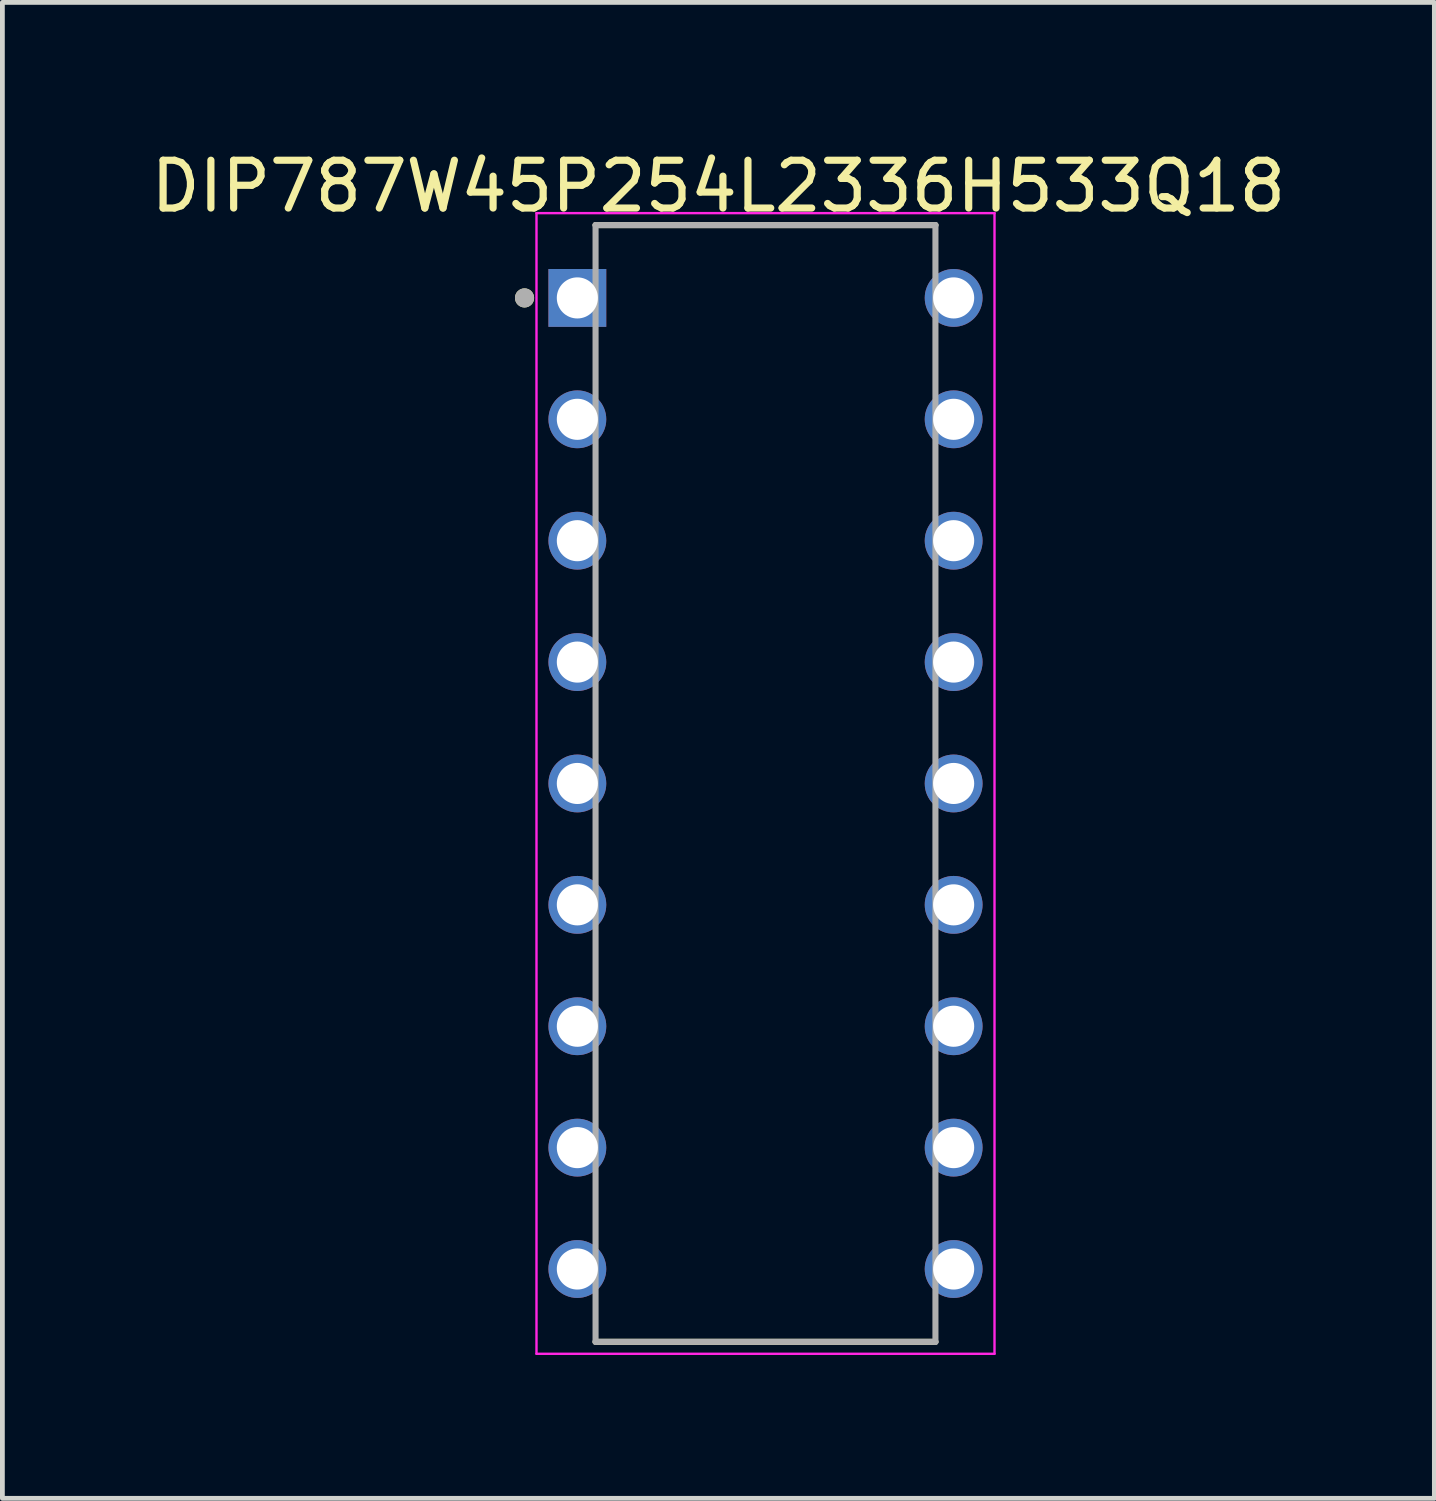
<source format=kicad_pcb>
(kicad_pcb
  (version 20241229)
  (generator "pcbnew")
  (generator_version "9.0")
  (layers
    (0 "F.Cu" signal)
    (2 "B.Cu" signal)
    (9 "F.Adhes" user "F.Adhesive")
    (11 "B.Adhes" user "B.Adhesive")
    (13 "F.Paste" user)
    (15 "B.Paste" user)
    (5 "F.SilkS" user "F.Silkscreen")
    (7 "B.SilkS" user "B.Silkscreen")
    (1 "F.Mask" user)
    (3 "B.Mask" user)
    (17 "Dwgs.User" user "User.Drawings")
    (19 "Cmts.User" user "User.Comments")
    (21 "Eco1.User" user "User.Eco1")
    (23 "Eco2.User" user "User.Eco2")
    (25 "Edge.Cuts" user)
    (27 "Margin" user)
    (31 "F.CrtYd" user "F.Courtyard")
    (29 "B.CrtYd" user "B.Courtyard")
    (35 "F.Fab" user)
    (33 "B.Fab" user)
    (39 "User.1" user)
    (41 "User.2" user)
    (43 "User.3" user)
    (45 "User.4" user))
  (footprint "DIP787W45P254L2336H533Q18"
    (layer "F.Cu")
    (at 12.968 13.344)
    (property "Reference" "DIP787W45P254L2336H533Q18" (at -0.986 -12.496 0) (layer "F.SilkS") (effects (font (size 1 1) (thickness 0.15))))
    (attr through_hole)
    (fp_line (start -3.556 -11.684) (end 3.556 -11.684) (stroke (width 0.127) (type solid)) (layer "F.SilkS"))
    (fp_line (start -3.556 11.684) (end 3.556 11.684) (stroke (width 0.127) (type solid)) (layer "F.SilkS"))
    (fp_circle (center -5.042 -10.16) (end -4.942 -10.16) (stroke (width 0.2) (type solid)) (fill no) (layer "F.SilkS"))
    (fp_line (start -4.792 -11.934) (end -4.792 11.934) (stroke (width 0.05) (type solid)) (layer "F.CrtYd"))
    (fp_line (start 4.792 -11.934) (end -4.792 -11.934) (stroke (width 0.05) (type solid)) (layer "F.CrtYd"))
    (fp_line (start 4.792 -11.934) (end 4.792 11.934) (stroke (width 0.05) (type solid)) (layer "F.CrtYd"))
    (fp_line (start 4.792 11.934) (end -4.792 11.934) (stroke (width 0.05) (type solid)) (layer "F.CrtYd"))
    (fp_line (start -3.556 -11.684) (end -3.556 11.684) (stroke (width 0.127) (type solid)) (layer "F.Fab"))
    (fp_line (start -3.556 -11.684) (end 3.556 -11.684) (stroke (width 0.127) (type solid)) (layer "F.Fab"))
    (fp_line (start -3.556 11.684) (end 3.556 11.684) (stroke (width 0.127) (type solid)) (layer "F.Fab"))
    (fp_line (start 3.556 -11.684) (end 3.556 11.684) (stroke (width 0.127) (type solid)) (layer "F.Fab"))
    (fp_circle (center -5.042 -10.16) (end -4.942 -10.16) (stroke (width 0.2) (type solid)) (fill no) (layer "F.Fab"))
    (pad "1" thru_hole rect (at -3.937 -10.16) (size 1.21 1.21) (drill 0.86) (layers "*.Cu" "*.Mask"))
    (pad "2" thru_hole circle (at -3.937 -7.62) (size 1.21 1.21) (drill 0.86) (layers "*.Cu" "*.Mask"))
    (pad "3" thru_hole circle (at -3.937 -5.08) (size 1.21 1.21) (drill 0.86) (layers "*.Cu" "*.Mask"))
    (pad "4" thru_hole circle (at -3.937 -2.54) (size 1.21 1.21) (drill 0.86) (layers "*.Cu" "*.Mask"))
    (pad "5" thru_hole circle (at -3.937 0) (size 1.21 1.21) (drill 0.86) (layers "*.Cu" "*.Mask"))
    (pad "6" thru_hole circle (at -3.937 2.54) (size 1.21 1.21) (drill 0.86) (layers "*.Cu" "*.Mask"))
    (pad "7" thru_hole circle (at -3.937 5.08) (size 1.21 1.21) (drill 0.86) (layers "*.Cu" "*.Mask"))
    (pad "8" thru_hole circle (at -3.937 7.62) (size 1.21 1.21) (drill 0.86) (layers "*.Cu" "*.Mask"))
    (pad "9" thru_hole circle (at -3.937 10.16) (size 1.21 1.21) (drill 0.86) (layers "*.Cu" "*.Mask"))
    (pad "10" thru_hole circle (at 3.937 10.16) (size 1.21 1.21) (drill 0.86) (layers "*.Cu" "*.Mask"))
    (pad "11" thru_hole circle (at 3.937 7.62) (size 1.21 1.21) (drill 0.86) (layers "*.Cu" "*.Mask"))
    (pad "12" thru_hole circle (at 3.937 5.08) (size 1.21 1.21) (drill 0.86) (layers "*.Cu" "*.Mask"))
    (pad "13" thru_hole circle (at 3.937 2.54) (size 1.21 1.21) (drill 0.86) (layers "*.Cu" "*.Mask"))
    (pad "14" thru_hole circle (at 3.937 0) (size 1.21 1.21) (drill 0.86) (layers "*.Cu" "*.Mask"))
    (pad "15" thru_hole circle (at 3.937 -2.54) (size 1.21 1.21) (drill 0.86) (layers "*.Cu" "*.Mask"))
    (pad "16" thru_hole circle (at 3.937 -5.08) (size 1.21 1.21) (drill 0.86) (layers "*.Cu" "*.Mask"))
    (pad "17" thru_hole circle (at 3.937 -7.62) (size 1.21 1.21) (drill 0.86) (layers "*.Cu" "*.Mask"))
    (pad "18" thru_hole circle (at 3.937 -10.16) (size 1.21 1.21) (drill 0.86) (layers "*.Cu" "*.Mask")))
  (gr_rect
    (start -3 -3)
    (end 26.964 28.303)
    (stroke (width 0.1) (type default))
    (fill no)
    (layer "Edge.Cuts")))
</source>
